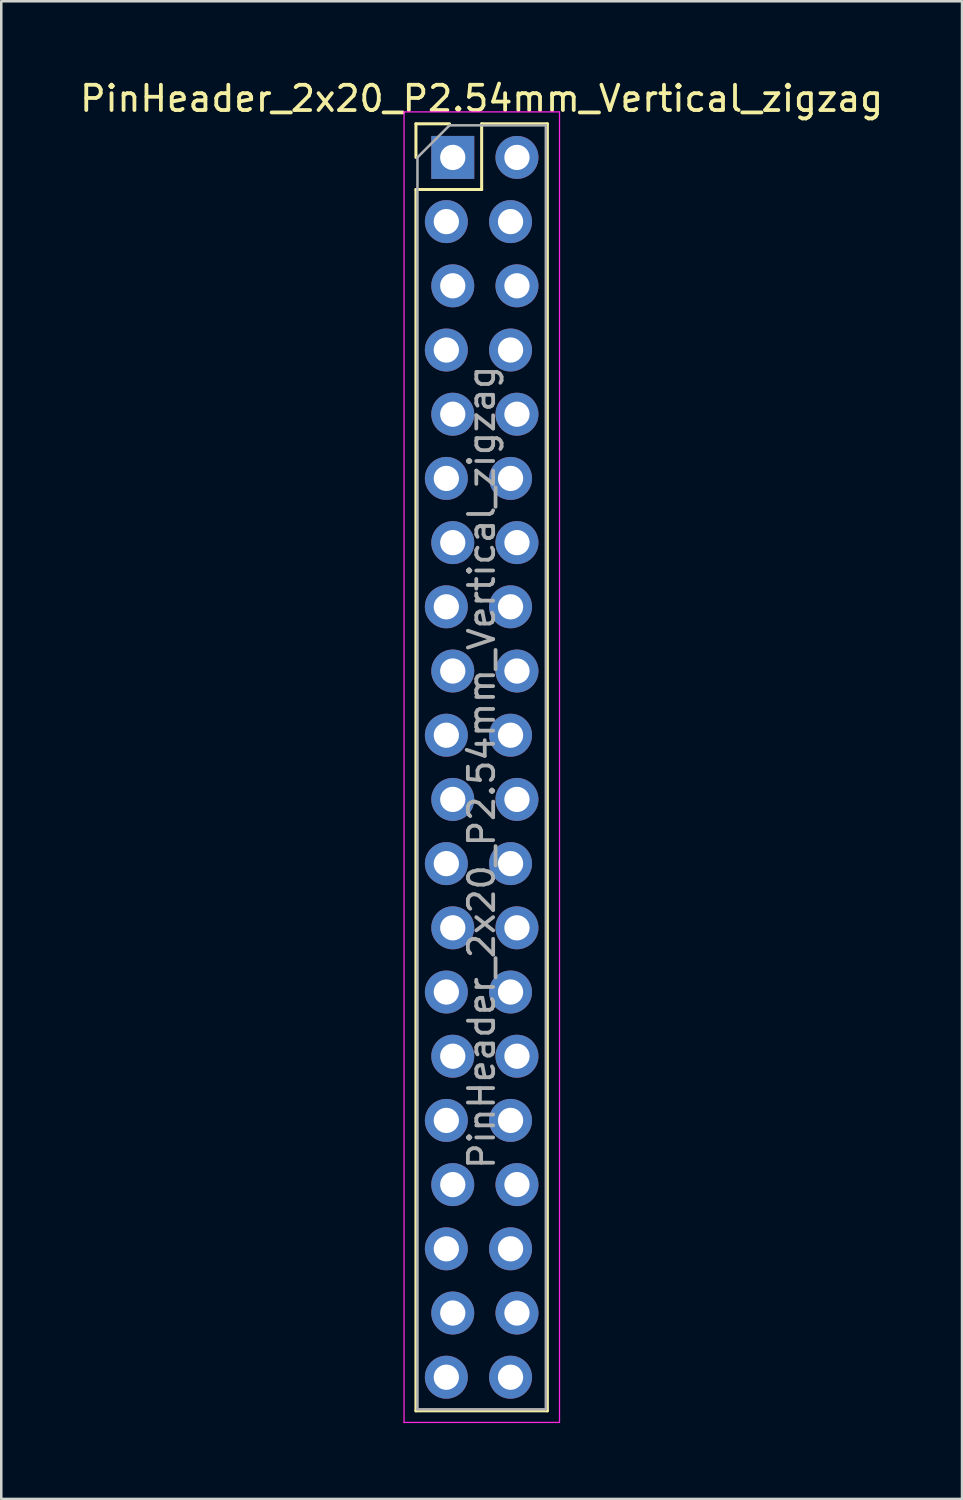
<source format=kicad_pcb>
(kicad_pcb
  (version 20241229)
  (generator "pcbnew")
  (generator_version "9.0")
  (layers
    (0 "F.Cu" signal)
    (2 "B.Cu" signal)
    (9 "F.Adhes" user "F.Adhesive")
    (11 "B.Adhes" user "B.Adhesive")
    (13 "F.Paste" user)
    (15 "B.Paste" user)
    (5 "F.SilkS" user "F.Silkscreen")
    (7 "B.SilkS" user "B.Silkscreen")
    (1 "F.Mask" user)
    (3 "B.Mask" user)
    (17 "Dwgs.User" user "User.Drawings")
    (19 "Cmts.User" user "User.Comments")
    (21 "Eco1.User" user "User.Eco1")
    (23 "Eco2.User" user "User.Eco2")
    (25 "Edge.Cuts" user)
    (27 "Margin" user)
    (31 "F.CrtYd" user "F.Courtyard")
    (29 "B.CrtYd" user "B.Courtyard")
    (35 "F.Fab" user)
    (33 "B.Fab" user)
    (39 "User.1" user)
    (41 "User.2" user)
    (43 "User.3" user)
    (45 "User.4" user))
  (footprint "PinHeader_2x20_P2.54mm_Vertical_zigzag"
    (layer "F.Cu")
    (at 14.736 3.178)
    (property "Reference" "PinHeader_2x20_P2.54mm_Vertical_zigzag" (at 1.27 -2.33 0) (layer "F.SilkS") (effects (font (size 1 1) (thickness 0.15))))
    (attr through_hole)
    (fp_line (start -1.33 -1.33) (end 0 -1.33) (stroke (width 0.12) (type solid)) (layer "F.SilkS"))
    (fp_line (start -1.33 0) (end -1.33 -1.33) (stroke (width 0.12) (type solid)) (layer "F.SilkS"))
    (fp_line (start -1.33 1.27) (end -1.33 49.59) (stroke (width 0.12) (type solid)) (layer "F.SilkS"))
    (fp_line (start -1.33 1.27) (end 1.27 1.27) (stroke (width 0.12) (type solid)) (layer "F.SilkS"))
    (fp_line (start -1.33 49.59) (end 3.87 49.59) (stroke (width 0.12) (type solid)) (layer "F.SilkS"))
    (fp_line (start 1.27 -1.33) (end 3.87 -1.33) (stroke (width 0.12) (type solid)) (layer "F.SilkS"))
    (fp_line (start 1.27 1.27) (end 1.27 -1.33) (stroke (width 0.12) (type solid)) (layer "F.SilkS"))
    (fp_line (start 3.87 -1.33) (end 3.87 49.59) (stroke (width 0.12) (type solid)) (layer "F.SilkS"))
    (fp_line (start -1.8 -1.8) (end -1.8 50.05) (stroke (width 0.05) (type solid)) (layer "F.CrtYd"))
    (fp_line (start -1.8 50.05) (end 4.35 50.05) (stroke (width 0.05) (type solid)) (layer "F.CrtYd"))
    (fp_line (start 4.35 -1.8) (end -1.8 -1.8) (stroke (width 0.05) (type solid)) (layer "F.CrtYd"))
    (fp_line (start 4.35 50.05) (end 4.35 -1.8) (stroke (width 0.05) (type solid)) (layer "F.CrtYd"))
    (fp_line (start -1.27 0) (end 0 -1.27) (stroke (width 0.1) (type solid)) (layer "F.Fab"))
    (fp_line (start -1.27 49.53) (end -1.27 0) (stroke (width 0.1) (type solid)) (layer "F.Fab"))
    (fp_line (start 0 -1.27) (end 3.81 -1.27) (stroke (width 0.1) (type solid)) (layer "F.Fab"))
    (fp_line (start 3.81 -1.27) (end 3.81 49.53) (stroke (width 0.1) (type solid)) (layer "F.Fab"))
    (fp_line (start 3.81 49.53) (end -1.27 49.53) (stroke (width 0.1) (type solid)) (layer "F.Fab"))
    (fp_text user "${REFERENCE}" (at 1.27 24.13 90) (layer "F.Fab") (effects (font (size 1 1) (thickness 0.15))))
    (pad "1" thru_hole rect (at 0.127 0) (size 1.7 1.7) (drill 1) (layers "*.Cu" "*.Mask"))
    (pad "2" thru_hole oval (at 2.667 0) (size 1.7 1.7) (drill 1) (layers "*.Cu" "*.Mask"))
    (pad "3" thru_hole oval (at -0.127 2.54) (size 1.7 1.7) (drill 1) (layers "*.Cu" "*.Mask"))
    (pad "4" thru_hole oval (at 2.413 2.54) (size 1.7 1.7) (drill 1) (layers "*.Cu" "*.Mask"))
    (pad "5" thru_hole oval (at 0.127 5.08) (size 1.7 1.7) (drill 1) (layers "*.Cu" "*.Mask"))
    (pad "6" thru_hole oval (at 2.667 5.08) (size 1.7 1.7) (drill 1) (layers "*.Cu" "*.Mask"))
    (pad "7" thru_hole oval (at -0.127 7.62) (size 1.7 1.7) (drill 1) (layers "*.Cu" "*.Mask"))
    (pad "8" thru_hole oval (at 2.413 7.62) (size 1.7 1.7) (drill 1) (layers "*.Cu" "*.Mask"))
    (pad "9" thru_hole oval (at 0.127 10.16) (size 1.7 1.7) (drill 1) (layers "*.Cu" "*.Mask"))
    (pad "10" thru_hole oval (at 2.667 10.16) (size 1.7 1.7) (drill 1) (layers "*.Cu" "*.Mask"))
    (pad "11" thru_hole oval (at -0.127 12.7) (size 1.7 1.7) (drill 1) (layers "*.Cu" "*.Mask"))
    (pad "12" thru_hole oval (at 2.413 12.7) (size 1.7 1.7) (drill 1) (layers "*.Cu" "*.Mask"))
    (pad "13" thru_hole oval (at 0.127 15.24) (size 1.7 1.7) (drill 1) (layers "*.Cu" "*.Mask"))
    (pad "14" thru_hole oval (at 2.667 15.24) (size 1.7 1.7) (drill 1) (layers "*.Cu" "*.Mask"))
    (pad "15" thru_hole oval (at -0.127 17.78) (size 1.7 1.7) (drill 1) (layers "*.Cu" "*.Mask"))
    (pad "16" thru_hole oval (at 2.413 17.78) (size 1.7 1.7) (drill 1) (layers "*.Cu" "*.Mask"))
    (pad "17" thru_hole oval (at 0.127 20.32) (size 1.7 1.7) (drill 1) (layers "*.Cu" "*.Mask"))
    (pad "18" thru_hole oval (at 2.667 20.32) (size 1.7 1.7) (drill 1) (layers "*.Cu" "*.Mask"))
    (pad "19" thru_hole oval (at -0.127 22.86) (size 1.7 1.7) (drill 1) (layers "*.Cu" "*.Mask"))
    (pad "20" thru_hole oval (at 2.413 22.86) (size 1.7 1.7) (drill 1) (layers "*.Cu" "*.Mask"))
    (pad "21" thru_hole oval (at 0.127 25.4) (size 1.7 1.7) (drill 1) (layers "*.Cu" "*.Mask"))
    (pad "22" thru_hole oval (at 2.667 25.4) (size 1.7 1.7) (drill 1) (layers "*.Cu" "*.Mask"))
    (pad "23" thru_hole oval (at -0.127 27.94) (size 1.7 1.7) (drill 1) (layers "*.Cu" "*.Mask"))
    (pad "24" thru_hole oval (at 2.413 27.94) (size 1.7 1.7) (drill 1) (layers "*.Cu" "*.Mask"))
    (pad "25" thru_hole oval (at 0.127 30.48) (size 1.7 1.7) (drill 1) (layers "*.Cu" "*.Mask"))
    (pad "26" thru_hole oval (at 2.667 30.48) (size 1.7 1.7) (drill 1) (layers "*.Cu" "*.Mask"))
    (pad "27" thru_hole oval (at -0.127 33.02) (size 1.7 1.7) (drill 1) (layers "*.Cu" "*.Mask"))
    (pad "28" thru_hole oval (at 2.413 33.02) (size 1.7 1.7) (drill 1) (layers "*.Cu" "*.Mask"))
    (pad "29" thru_hole oval (at 0.127 35.56) (size 1.7 1.7) (drill 1) (layers "*.Cu" "*.Mask"))
    (pad "30" thru_hole oval (at 2.667 35.56) (size 1.7 1.7) (drill 1) (layers "*.Cu" "*.Mask"))
    (pad "31" thru_hole oval (at -0.127 38.1) (size 1.7 1.7) (drill 1) (layers "*.Cu" "*.Mask"))
    (pad "32" thru_hole oval (at 2.413 38.1) (size 1.7 1.7) (drill 1) (layers "*.Cu" "*.Mask"))
    (pad "33" thru_hole oval (at 0.127 40.64) (size 1.7 1.7) (drill 1) (layers "*.Cu" "*.Mask"))
    (pad "34" thru_hole oval (at 2.667 40.64) (size 1.7 1.7) (drill 1) (layers "*.Cu" "*.Mask"))
    (pad "35" thru_hole oval (at -0.127 43.18) (size 1.7 1.7) (drill 1) (layers "*.Cu" "*.Mask"))
    (pad "36" thru_hole oval (at 2.413 43.18) (size 1.7 1.7) (drill 1) (layers "*.Cu" "*.Mask"))
    (pad "37" thru_hole oval (at 0.127 45.72) (size 1.7 1.7) (drill 1) (layers "*.Cu" "*.Mask"))
    (pad "38" thru_hole oval (at 2.667 45.72) (size 1.7 1.7) (drill 1) (layers "*.Cu" "*.Mask"))
    (pad "39" thru_hole oval (at -0.127 48.26) (size 1.7 1.7) (drill 1) (layers "*.Cu" "*.Mask"))
    (pad "40" thru_hole oval (at 2.413 48.26) (size 1.7 1.7) (drill 1) (layers "*.Cu" "*.Mask")))
  (gr_rect
    (start -3 -3)
    (end 35.012 56.253)
    (stroke (width 0.1) (type default))
    (fill no)
    (layer "Edge.Cuts")))
</source>
